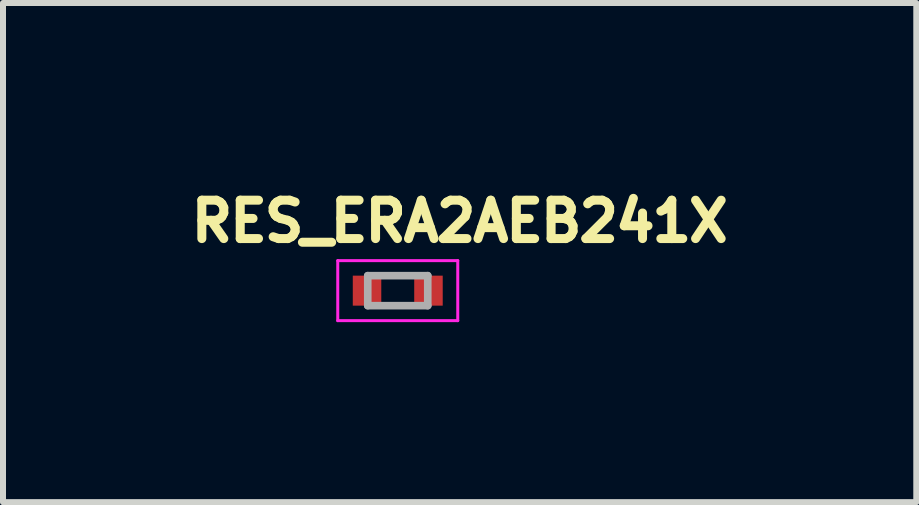
<source format=kicad_pcb>
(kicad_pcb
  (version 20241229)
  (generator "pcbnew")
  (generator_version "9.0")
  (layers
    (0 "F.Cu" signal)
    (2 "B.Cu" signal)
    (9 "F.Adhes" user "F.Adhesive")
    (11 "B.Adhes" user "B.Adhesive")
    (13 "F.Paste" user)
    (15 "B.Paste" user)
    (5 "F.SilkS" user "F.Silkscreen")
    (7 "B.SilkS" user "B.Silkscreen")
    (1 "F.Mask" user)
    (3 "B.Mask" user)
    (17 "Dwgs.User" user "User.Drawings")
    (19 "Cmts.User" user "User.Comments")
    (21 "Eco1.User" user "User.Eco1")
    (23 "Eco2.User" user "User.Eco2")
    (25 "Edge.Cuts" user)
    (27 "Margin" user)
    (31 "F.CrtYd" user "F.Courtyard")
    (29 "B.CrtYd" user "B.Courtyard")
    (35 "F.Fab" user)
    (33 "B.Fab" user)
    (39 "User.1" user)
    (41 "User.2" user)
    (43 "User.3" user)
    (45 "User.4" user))
  (footprint "RES_ERA2AEB241X"
    (layer "F.Cu")
    (at 3.579 1.794)
    (property "Reference" "RES_ERA2AEB241X" (at 1.032 -1.156 0) (layer "F.SilkS") (effects (font (size 0.64 0.64) (thickness 0.15))))
    (attr smd)
    (fp_line (start -1 -0.5) (end -1 0.5) (stroke (width 0.05) (type solid)) (layer "F.CrtYd"))
    (fp_line (start -1 0.5) (end 1 0.5) (stroke (width 0.05) (type solid)) (layer "F.CrtYd"))
    (fp_line (start 1 -0.5) (end -1 -0.5) (stroke (width 0.05) (type solid)) (layer "F.CrtYd"))
    (fp_line (start 1 0.5) (end 1 -0.5) (stroke (width 0.05) (type solid)) (layer "F.CrtYd"))
    (fp_line (start -0.5 -0.25) (end -0.5 0.25) (stroke (width 0.127) (type solid)) (layer "F.Fab"))
    (fp_line (start -0.5 -0.25) (end 0.5 -0.25) (stroke (width 0.127) (type solid)) (layer "F.Fab"))
    (fp_line (start -0.5 0.25) (end 0.5 0.25) (stroke (width 0.127) (type solid)) (layer "F.Fab"))
    (fp_line (start 0.5 -0.25) (end 0.5 0.25) (stroke (width 0.127) (type solid)) (layer "F.Fab"))
    (pad "1" smd rect (at -0.512 0) (size 0.475 0.5) (layers "F.Cu" "F.Mask" "F.Paste"))
    (pad "2" smd rect (at 0.512 0) (size 0.475 0.5) (layers "F.Cu" "F.Mask" "F.Paste")))
  (gr_rect
    (start -3 -3)
    (end 12.221 5.319)
    (stroke (width 0.1) (type default))
    (fill no)
    (layer "Edge.Cuts")))
</source>
